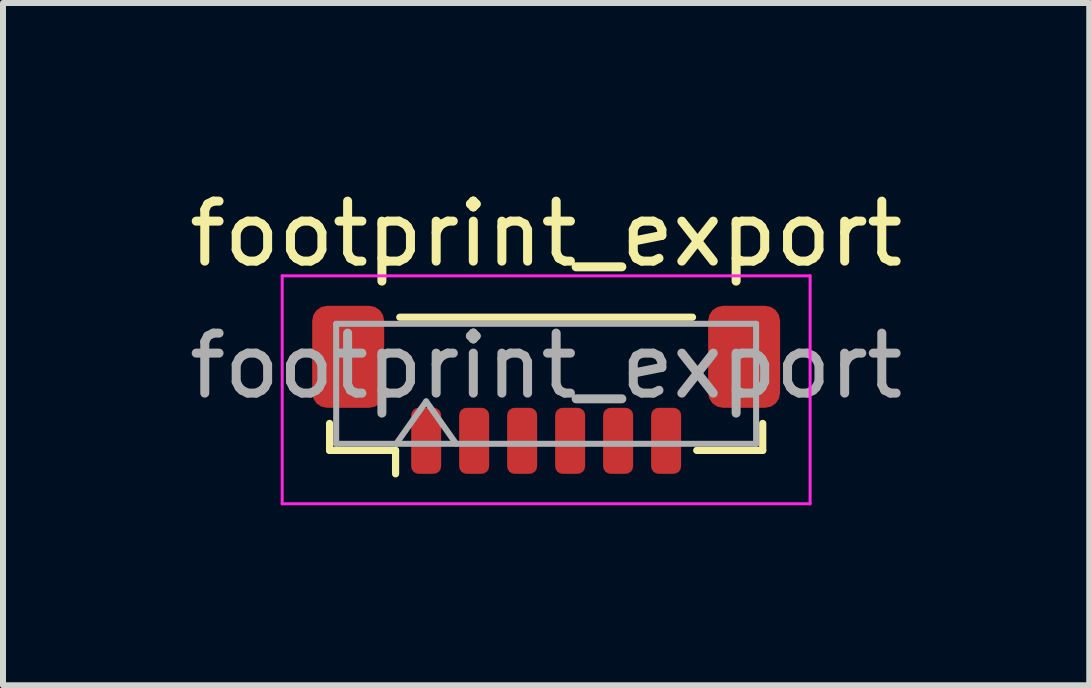
<source format=kicad_pcb>
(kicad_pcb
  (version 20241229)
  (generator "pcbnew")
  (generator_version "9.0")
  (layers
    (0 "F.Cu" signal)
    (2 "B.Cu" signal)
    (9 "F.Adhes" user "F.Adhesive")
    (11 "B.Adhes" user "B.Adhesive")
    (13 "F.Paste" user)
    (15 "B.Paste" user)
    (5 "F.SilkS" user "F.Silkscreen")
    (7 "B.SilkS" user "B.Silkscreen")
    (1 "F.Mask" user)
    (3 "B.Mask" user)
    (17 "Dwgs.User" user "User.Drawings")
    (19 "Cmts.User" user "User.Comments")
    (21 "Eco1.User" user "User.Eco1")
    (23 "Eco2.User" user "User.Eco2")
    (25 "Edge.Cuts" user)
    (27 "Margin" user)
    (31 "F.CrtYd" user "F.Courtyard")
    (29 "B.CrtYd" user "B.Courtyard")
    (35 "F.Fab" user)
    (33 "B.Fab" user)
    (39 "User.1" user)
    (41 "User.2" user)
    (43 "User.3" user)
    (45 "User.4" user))
  (footprint "footprint_export"
    (layer "F.Cu")
    (at 6.054 3.448)
    (property "Reference" "footprint_export" (at 0 -2.6 0) (layer "F.SilkS") (effects (font (size 1 1) (thickness 0.15))))
    (attr smd)
    (fp_line (start -3.61 0.56) (end -3.61 1.01) (stroke (width 0.12) (type solid)) (layer "F.SilkS"))
    (fp_line (start -3.61 1.01) (end -2.51 1.01) (stroke (width 0.12) (type solid)) (layer "F.SilkS"))
    (fp_line (start -2.51 1.01) (end -2.51 1.4) (stroke (width 0.12) (type solid)) (layer "F.SilkS"))
    (fp_line (start -2.44 -1.21) (end 2.44 -1.21) (stroke (width 0.12) (type solid)) (layer "F.SilkS"))
    (fp_line (start 3.61 0.56) (end 3.61 1.01) (stroke (width 0.12) (type solid)) (layer "F.SilkS"))
    (fp_line (start 3.61 1.01) (end 2.51 1.01) (stroke (width 0.12) (type solid)) (layer "F.SilkS"))
    (fp_line (start -4.4 -1.9) (end -4.4 1.9) (stroke (width 0.05) (type solid)) (layer "F.CrtYd"))
    (fp_line (start -4.4 1.9) (end 4.4 1.9) (stroke (width 0.05) (type solid)) (layer "F.CrtYd"))
    (fp_line (start 4.4 -1.9) (end -4.4 -1.9) (stroke (width 0.05) (type solid)) (layer "F.CrtYd"))
    (fp_line (start 4.4 1.9) (end 4.4 -1.9) (stroke (width 0.05) (type solid)) (layer "F.CrtYd"))
    (fp_line (start -3.5 -1.1) (end 3.5 -1.1) (stroke (width 0.1) (type solid)) (layer "F.Fab"))
    (fp_line (start -3.5 0.9) (end -3.5 -1.1) (stroke (width 0.1) (type solid)) (layer "F.Fab"))
    (fp_line (start -3.5 0.9) (end 3.5 0.9) (stroke (width 0.1) (type solid)) (layer "F.Fab"))
    (fp_line (start -2.5 0.9) (end -2 0.193) (stroke (width 0.1) (type solid)) (layer "F.Fab"))
    (fp_line (start -2 0.193) (end -1.5 0.9) (stroke (width 0.1) (type solid)) (layer "F.Fab"))
    (fp_line (start 3.5 0.9) (end 3.5 -1.1) (stroke (width 0.1) (type solid)) (layer "F.Fab"))
    (fp_text user "${REFERENCE}" (at 0 -0.4 0) (layer "F.Fab") (effects (font (size 1 1) (thickness 0.15))))
    (pad "1" smd roundrect (at -2 0.85) (size 0.5 1.1) (layers "F.Cu" "F.Mask" "F.Paste") (roundrect_rratio 0.25))
    (pad "2" smd roundrect (at -1.2 0.85) (size 0.5 1.1) (layers "F.Cu" "F.Mask" "F.Paste") (roundrect_rratio 0.25))
    (pad "3" smd roundrect (at -0.4 0.85) (size 0.5 1.1) (layers "F.Cu" "F.Mask" "F.Paste") (roundrect_rratio 0.25))
    (pad "4" smd roundrect (at 0.4 0.85) (size 0.5 1.1) (layers "F.Cu" "F.Mask" "F.Paste") (roundrect_rratio 0.25))
    (pad "5" smd roundrect (at 1.2 0.85) (size 0.5 1.1) (layers "F.Cu" "F.Mask" "F.Paste") (roundrect_rratio 0.25))
    (pad "6" smd roundrect (at 2 0.85) (size 0.5 1.1) (layers "F.Cu" "F.Mask" "F.Paste") (roundrect_rratio 0.25))
    (pad "MP" smd roundrect (at -3.3 -0.55) (size 1.2 1.7) (layers "F.Cu" "F.Mask" "F.Paste") (roundrect_rratio 0.208))
    (pad "MP" smd roundrect (at 3.3 -0.55) (size 1.2 1.7) (layers "F.Cu" "F.Mask" "F.Paste") (roundrect_rratio 0.208)))
  (gr_rect
    (start -3 -3)
    (end 15.107 8.373)
    (stroke (width 0.1) (type default))
    (fill no)
    (layer "Edge.Cuts")))
</source>
